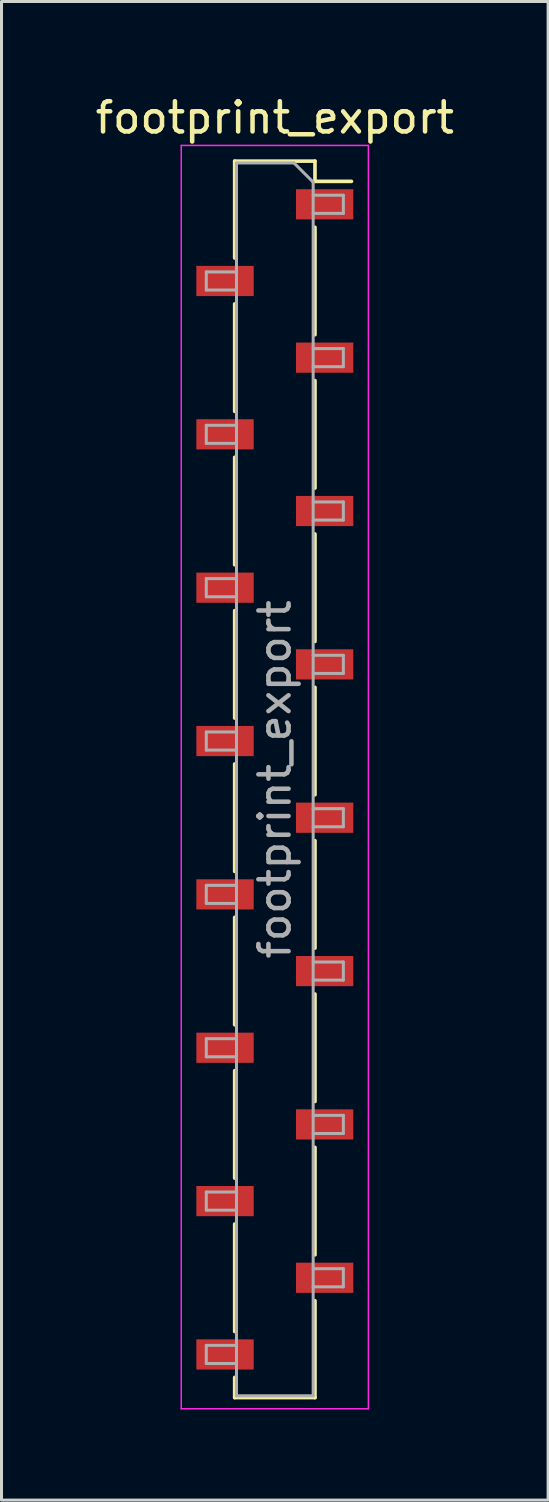
<source format=kicad_pcb>
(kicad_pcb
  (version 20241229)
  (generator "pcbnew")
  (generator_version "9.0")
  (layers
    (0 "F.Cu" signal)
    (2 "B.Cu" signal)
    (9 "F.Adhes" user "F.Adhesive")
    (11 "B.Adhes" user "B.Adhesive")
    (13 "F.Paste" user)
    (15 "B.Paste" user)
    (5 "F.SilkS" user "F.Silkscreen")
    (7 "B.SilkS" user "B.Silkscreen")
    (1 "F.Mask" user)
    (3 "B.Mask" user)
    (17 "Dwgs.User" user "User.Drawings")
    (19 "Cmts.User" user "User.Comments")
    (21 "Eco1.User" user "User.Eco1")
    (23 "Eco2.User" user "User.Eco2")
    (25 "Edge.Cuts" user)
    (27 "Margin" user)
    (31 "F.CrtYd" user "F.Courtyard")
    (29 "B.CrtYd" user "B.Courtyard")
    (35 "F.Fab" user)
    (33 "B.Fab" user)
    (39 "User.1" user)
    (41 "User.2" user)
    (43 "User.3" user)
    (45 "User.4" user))
  (footprint "footprint_export"
    (layer "F.Cu")
    (at 6.054 22.768)
    (property "Reference" "footprint_export" (at 0 -21.92 0) (layer "F.SilkS") (effects (font (size 1 1) (thickness 0.15))))
    (attr smd)
    (fp_line (start -1.33 -20.48) (end -1.33 -17.27) (stroke (width 0.12) (type solid)) (layer "F.SilkS"))
    (fp_line (start -1.33 -20.48) (end 1.33 -20.48) (stroke (width 0.12) (type solid)) (layer "F.SilkS"))
    (fp_line (start -1.33 -15.75) (end -1.33 -12.19) (stroke (width 0.12) (type solid)) (layer "F.SilkS"))
    (fp_line (start -1.33 -10.67) (end -1.33 -7.11) (stroke (width 0.12) (type solid)) (layer "F.SilkS"))
    (fp_line (start -1.33 -5.59) (end -1.33 -2.03) (stroke (width 0.12) (type solid)) (layer "F.SilkS"))
    (fp_line (start -1.33 -0.51) (end -1.33 3.05) (stroke (width 0.12) (type solid)) (layer "F.SilkS"))
    (fp_line (start -1.33 4.57) (end -1.33 8.13) (stroke (width 0.12) (type solid)) (layer "F.SilkS"))
    (fp_line (start -1.33 9.65) (end -1.33 13.21) (stroke (width 0.12) (type solid)) (layer "F.SilkS"))
    (fp_line (start -1.33 14.73) (end -1.33 18.29) (stroke (width 0.12) (type solid)) (layer "F.SilkS"))
    (fp_line (start -1.33 19.81) (end -1.33 20.48) (stroke (width 0.12) (type solid)) (layer "F.SilkS"))
    (fp_line (start -1.33 20.48) (end 1.33 20.48) (stroke (width 0.12) (type solid)) (layer "F.SilkS"))
    (fp_line (start 1.33 -20.48) (end 1.33 -19.81) (stroke (width 0.12) (type solid)) (layer "F.SilkS"))
    (fp_line (start 1.33 -19.81) (end 2.54 -19.81) (stroke (width 0.12) (type solid)) (layer "F.SilkS"))
    (fp_line (start 1.33 -18.29) (end 1.33 -14.73) (stroke (width 0.12) (type solid)) (layer "F.SilkS"))
    (fp_line (start 1.33 -13.21) (end 1.33 -9.65) (stroke (width 0.12) (type solid)) (layer "F.SilkS"))
    (fp_line (start 1.33 -8.13) (end 1.33 -4.57) (stroke (width 0.12) (type solid)) (layer "F.SilkS"))
    (fp_line (start 1.33 -3.05) (end 1.33 0.51) (stroke (width 0.12) (type solid)) (layer "F.SilkS"))
    (fp_line (start 1.33 2.03) (end 1.33 5.59) (stroke (width 0.12) (type solid)) (layer "F.SilkS"))
    (fp_line (start 1.33 7.11) (end 1.33 10.67) (stroke (width 0.12) (type solid)) (layer "F.SilkS"))
    (fp_line (start 1.33 12.19) (end 1.33 15.75) (stroke (width 0.12) (type solid)) (layer "F.SilkS"))
    (fp_line (start 1.33 17.27) (end 1.33 20.48) (stroke (width 0.12) (type solid)) (layer "F.SilkS"))
    (fp_line (start -3.1 -21) (end 3.1 -21) (stroke (width 0.05) (type solid)) (layer "F.CrtYd"))
    (fp_line (start -3.1 20.85) (end -3.1 -21) (stroke (width 0.05) (type solid)) (layer "F.CrtYd"))
    (fp_line (start 3.1 -21) (end 3.1 20.85) (stroke (width 0.05) (type solid)) (layer "F.CrtYd"))
    (fp_line (start 3.1 20.85) (end -3.1 20.85) (stroke (width 0.05) (type solid)) (layer "F.CrtYd"))
    (fp_line (start -2.27 -16.81) (end -1.27 -16.81) (stroke (width 0.1) (type solid)) (layer "F.Fab"))
    (fp_line (start -2.27 -16.21) (end -2.27 -16.81) (stroke (width 0.1) (type solid)) (layer "F.Fab"))
    (fp_line (start -2.27 -11.73) (end -1.27 -11.73) (stroke (width 0.1) (type solid)) (layer "F.Fab"))
    (fp_line (start -2.27 -11.13) (end -2.27 -11.73) (stroke (width 0.1) (type solid)) (layer "F.Fab"))
    (fp_line (start -2.27 -6.65) (end -1.27 -6.65) (stroke (width 0.1) (type solid)) (layer "F.Fab"))
    (fp_line (start -2.27 -6.05) (end -2.27 -6.65) (stroke (width 0.1) (type solid)) (layer "F.Fab"))
    (fp_line (start -2.27 -1.57) (end -1.27 -1.57) (stroke (width 0.1) (type solid)) (layer "F.Fab"))
    (fp_line (start -2.27 -0.97) (end -2.27 -1.57) (stroke (width 0.1) (type solid)) (layer "F.Fab"))
    (fp_line (start -2.27 3.51) (end -1.27 3.51) (stroke (width 0.1) (type solid)) (layer "F.Fab"))
    (fp_line (start -2.27 4.11) (end -2.27 3.51) (stroke (width 0.1) (type solid)) (layer "F.Fab"))
    (fp_line (start -2.27 8.59) (end -1.27 8.59) (stroke (width 0.1) (type solid)) (layer "F.Fab"))
    (fp_line (start -2.27 9.19) (end -2.27 8.59) (stroke (width 0.1) (type solid)) (layer "F.Fab"))
    (fp_line (start -2.27 13.67) (end -1.27 13.67) (stroke (width 0.1) (type solid)) (layer "F.Fab"))
    (fp_line (start -2.27 14.27) (end -2.27 13.67) (stroke (width 0.1) (type solid)) (layer "F.Fab"))
    (fp_line (start -2.27 18.75) (end -1.27 18.75) (stroke (width 0.1) (type solid)) (layer "F.Fab"))
    (fp_line (start -2.27 19.35) (end -2.27 18.75) (stroke (width 0.1) (type solid)) (layer "F.Fab"))
    (fp_line (start -1.27 -20.42) (end 0.635 -20.42) (stroke (width 0.1) (type solid)) (layer "F.Fab"))
    (fp_line (start -1.27 -16.21) (end -2.27 -16.21) (stroke (width 0.1) (type solid)) (layer "F.Fab"))
    (fp_line (start -1.27 -11.13) (end -2.27 -11.13) (stroke (width 0.1) (type solid)) (layer "F.Fab"))
    (fp_line (start -1.27 -6.05) (end -2.27 -6.05) (stroke (width 0.1) (type solid)) (layer "F.Fab"))
    (fp_line (start -1.27 -0.97) (end -2.27 -0.97) (stroke (width 0.1) (type solid)) (layer "F.Fab"))
    (fp_line (start -1.27 4.11) (end -2.27 4.11) (stroke (width 0.1) (type solid)) (layer "F.Fab"))
    (fp_line (start -1.27 9.19) (end -2.27 9.19) (stroke (width 0.1) (type solid)) (layer "F.Fab"))
    (fp_line (start -1.27 14.27) (end -2.27 14.27) (stroke (width 0.1) (type solid)) (layer "F.Fab"))
    (fp_line (start -1.27 19.35) (end -2.27 19.35) (stroke (width 0.1) (type solid)) (layer "F.Fab"))
    (fp_line (start -1.27 20.42) (end -1.27 -20.42) (stroke (width 0.1) (type solid)) (layer "F.Fab"))
    (fp_line (start 0.635 -20.42) (end 1.27 -19.785) (stroke (width 0.1) (type solid)) (layer "F.Fab"))
    (fp_line (start 1.27 -19.785) (end 1.27 20.42) (stroke (width 0.1) (type solid)) (layer "F.Fab"))
    (fp_line (start 1.27 -19.35) (end 2.27 -19.35) (stroke (width 0.1) (type solid)) (layer "F.Fab"))
    (fp_line (start 1.27 -14.27) (end 2.27 -14.27) (stroke (width 0.1) (type solid)) (layer "F.Fab"))
    (fp_line (start 1.27 -9.19) (end 2.27 -9.19) (stroke (width 0.1) (type solid)) (layer "F.Fab"))
    (fp_line (start 1.27 -4.11) (end 2.27 -4.11) (stroke (width 0.1) (type solid)) (layer "F.Fab"))
    (fp_line (start 1.27 0.97) (end 2.27 0.97) (stroke (width 0.1) (type solid)) (layer "F.Fab"))
    (fp_line (start 1.27 6.05) (end 2.27 6.05) (stroke (width 0.1) (type solid)) (layer "F.Fab"))
    (fp_line (start 1.27 11.13) (end 2.27 11.13) (stroke (width 0.1) (type solid)) (layer "F.Fab"))
    (fp_line (start 1.27 16.21) (end 2.27 16.21) (stroke (width 0.1) (type solid)) (layer "F.Fab"))
    (fp_line (start 1.27 20.42) (end -1.27 20.42) (stroke (width 0.1) (type solid)) (layer "F.Fab"))
    (fp_line (start 2.27 -19.35) (end 2.27 -18.75) (stroke (width 0.1) (type solid)) (layer "F.Fab"))
    (fp_line (start 2.27 -18.75) (end 1.27 -18.75) (stroke (width 0.1) (type solid)) (layer "F.Fab"))
    (fp_line (start 2.27 -14.27) (end 2.27 -13.67) (stroke (width 0.1) (type solid)) (layer "F.Fab"))
    (fp_line (start 2.27 -13.67) (end 1.27 -13.67) (stroke (width 0.1) (type solid)) (layer "F.Fab"))
    (fp_line (start 2.27 -9.19) (end 2.27 -8.59) (stroke (width 0.1) (type solid)) (layer "F.Fab"))
    (fp_line (start 2.27 -8.59) (end 1.27 -8.59) (stroke (width 0.1) (type solid)) (layer "F.Fab"))
    (fp_line (start 2.27 -4.11) (end 2.27 -3.51) (stroke (width 0.1) (type solid)) (layer "F.Fab"))
    (fp_line (start 2.27 -3.51) (end 1.27 -3.51) (stroke (width 0.1) (type solid)) (layer "F.Fab"))
    (fp_line (start 2.27 0.97) (end 2.27 1.57) (stroke (width 0.1) (type solid)) (layer "F.Fab"))
    (fp_line (start 2.27 1.57) (end 1.27 1.57) (stroke (width 0.1) (type solid)) (layer "F.Fab"))
    (fp_line (start 2.27 6.05) (end 2.27 6.65) (stroke (width 0.1) (type solid)) (layer "F.Fab"))
    (fp_line (start 2.27 6.65) (end 1.27 6.65) (stroke (width 0.1) (type solid)) (layer "F.Fab"))
    (fp_line (start 2.27 11.13) (end 2.27 11.73) (stroke (width 0.1) (type solid)) (layer "F.Fab"))
    (fp_line (start 2.27 11.73) (end 1.27 11.73) (stroke (width 0.1) (type solid)) (layer "F.Fab"))
    (fp_line (start 2.27 16.21) (end 2.27 16.81) (stroke (width 0.1) (type solid)) (layer "F.Fab"))
    (fp_line (start 2.27 16.81) (end 1.27 16.81) (stroke (width 0.1) (type solid)) (layer "F.Fab"))
    (fp_text user "${REFERENCE}" (at 0 0 90) (layer "F.Fab") (effects (font (size 1 1) (thickness 0.15))))
    (pad "1" smd rect (at 1.65 -19.05) (size 1.9 1) (layers "F.Cu" "F.Mask" "F.Paste"))
    (pad "2" smd rect (at -1.65 -16.51) (size 1.9 1) (layers "F.Cu" "F.Mask" "F.Paste"))
    (pad "3" smd rect (at 1.65 -13.97) (size 1.9 1) (layers "F.Cu" "F.Mask" "F.Paste"))
    (pad "4" smd rect (at -1.65 -11.43) (size 1.9 1) (layers "F.Cu" "F.Mask" "F.Paste"))
    (pad "5" smd rect (at 1.65 -8.89) (size 1.9 1) (layers "F.Cu" "F.Mask" "F.Paste"))
    (pad "6" smd rect (at -1.65 -6.35) (size 1.9 1) (layers "F.Cu" "F.Mask" "F.Paste"))
    (pad "7" smd rect (at 1.65 -3.81) (size 1.9 1) (layers "F.Cu" "F.Mask" "F.Paste"))
    (pad "8" smd rect (at -1.65 -1.27) (size 1.9 1) (layers "F.Cu" "F.Mask" "F.Paste"))
    (pad "9" smd rect (at 1.65 1.27) (size 1.9 1) (layers "F.Cu" "F.Mask" "F.Paste"))
    (pad "10" smd rect (at -1.65 3.81) (size 1.9 1) (layers "F.Cu" "F.Mask" "F.Paste"))
    (pad "11" smd rect (at 1.65 6.35) (size 1.9 1) (layers "F.Cu" "F.Mask" "F.Paste"))
    (pad "12" smd rect (at -1.65 8.89) (size 1.9 1) (layers "F.Cu" "F.Mask" "F.Paste"))
    (pad "13" smd rect (at 1.65 11.43) (size 1.9 1) (layers "F.Cu" "F.Mask" "F.Paste"))
    (pad "14" smd rect (at -1.65 13.97) (size 1.9 1) (layers "F.Cu" "F.Mask" "F.Paste"))
    (pad "15" smd rect (at 1.65 16.51) (size 1.9 1) (layers "F.Cu" "F.Mask" "F.Paste"))
    (pad "16" smd rect (at -1.65 19.05) (size 1.9 1) (layers "F.Cu" "F.Mask" "F.Paste")))
  (gr_rect
    (start -3 -3)
    (end 15.107 46.643)
    (stroke (width 0.1) (type default))
    (fill no)
    (layer "Edge.Cuts")))
</source>
